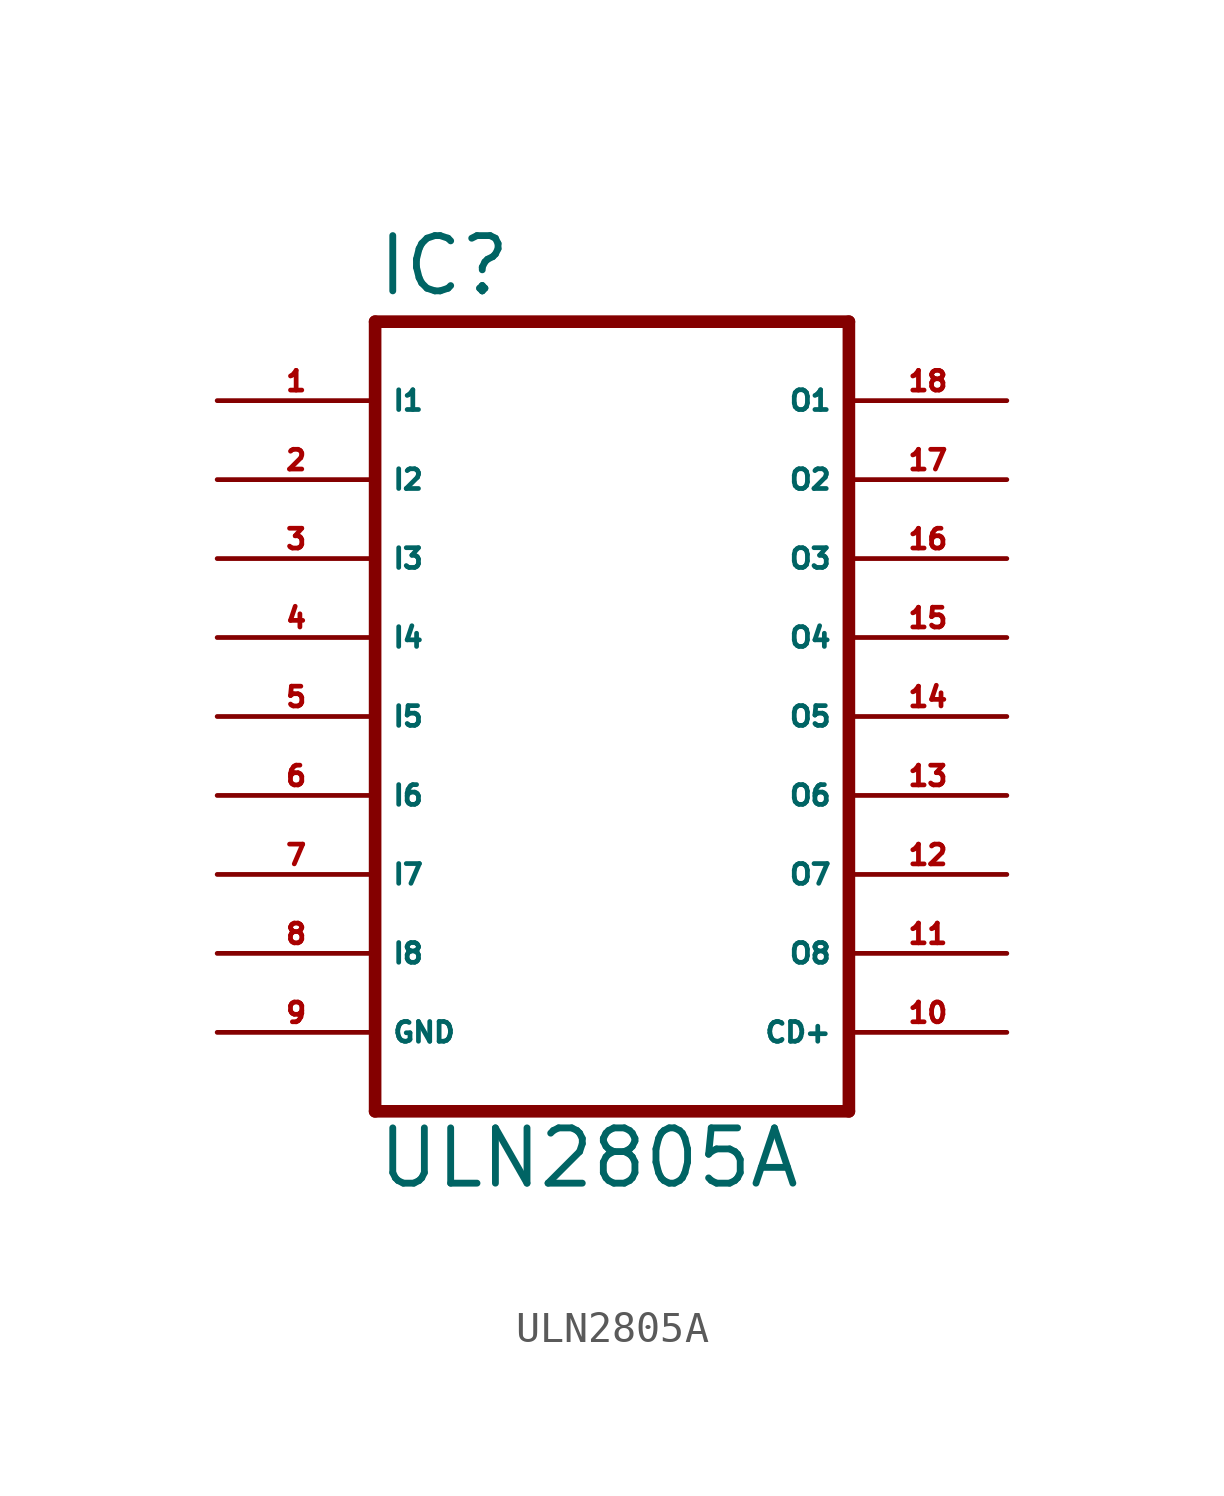
<source format=kicad_sym>
(kicad_symbol_lib
  (version 20220914)
  (generator Eagle2Kicad)
  (symbol "ULN2805A"
    (property "Reference" "IC"
      (at -7.62 13.462 0)
      (effects (font (size 1.778 1.778) (thickness 0.22)) (justify left bottom)))
    (property "Value" "ULN2805A"
      (at -7.62 -15.24 0)
      (effects (font (size 1.778 1.778) (thickness 0.22)) (justify left bottom)))
    (polyline
      (pts (xy -7.62 12.7) (xy 7.62 12.7))
      (stroke (width 0.406) (type default))
      (fill (type none)))
    (polyline
      (pts (xy 7.62 -12.7) (xy 7.62 12.7))
      (stroke (width 0.406) (type default))
      (fill (type none)))
    (polyline
      (pts (xy 7.62 -12.7) (xy -7.62 -12.7))
      (stroke (width 0.406) (type default))
      (fill (type none)))
    (polyline
      (pts (xy -7.62 12.7) (xy -7.62 -12.7))
      (stroke (width 0.406) (type default))
      (fill (type none)))
    (pin input line
      (at -12.7 10.16 0)
      (length 5.08)
      (name "I1" (effects (font (size 0.635 0.635) (thickness 0.08)) (justify left bottom)))
      (number "1" (effects (font (size 0.635 0.635) (thickness 0.08)) (justify left bottom))))
    (pin input line
      (at -12.7 7.62 0)
      (length 5.08)
      (name "I2" (effects (font (size 0.635 0.635) (thickness 0.08)) (justify left bottom)))
      (number "2" (effects (font (size 0.635 0.635) (thickness 0.08)) (justify left bottom))))
    (pin input line
      (at -12.7 5.08 0)
      (length 5.08)
      (name "I3" (effects (font (size 0.635 0.635) (thickness 0.08)) (justify left bottom)))
      (number "3" (effects (font (size 0.635 0.635) (thickness 0.08)) (justify left bottom))))
    (pin input line
      (at -12.7 2.54 0)
      (length 5.08)
      (name "I4" (effects (font (size 0.635 0.635) (thickness 0.08)) (justify left bottom)))
      (number "4" (effects (font (size 0.635 0.635) (thickness 0.08)) (justify left bottom))))
    (pin input line
      (at -12.7 0 0)
      (length 5.08)
      (name "I5" (effects (font (size 0.635 0.635) (thickness 0.08)) (justify left bottom)))
      (number "5" (effects (font (size 0.635 0.635) (thickness 0.08)) (justify left bottom))))
    (pin input line
      (at -12.7 -2.54 0)
      (length 5.08)
      (name "I6" (effects (font (size 0.635 0.635) (thickness 0.08)) (justify left bottom)))
      (number "6" (effects (font (size 0.635 0.635) (thickness 0.08)) (justify left bottom))))
    (pin input line
      (at -12.7 -5.08 0)
      (length 5.08)
      (name "I7" (effects (font (size 0.635 0.635) (thickness 0.08)) (justify left bottom)))
      (number "7" (effects (font (size 0.635 0.635) (thickness 0.08)) (justify left bottom))))
    (pin input line
      (at -12.7 -7.62 0)
      (length 5.08)
      (name "I8" (effects (font (size 0.635 0.635) (thickness 0.08)) (justify left bottom)))
      (number "8" (effects (font (size 0.635 0.635) (thickness 0.08)) (justify left bottom))))
    (pin open_collector line
      (at 12.7 -7.62 180)
      (length 5.08)
      (name "O8" (effects (font (size 0.635 0.635) (thickness 0.08)) (justify left bottom)))
      (number "11" (effects (font (size 0.635 0.635) (thickness 0.08)) (justify left bottom))))
    (pin open_collector line
      (at 12.7 10.16 180)
      (length 5.08)
      (name "O1" (effects (font (size 0.635 0.635) (thickness 0.08)) (justify left bottom)))
      (number "18" (effects (font (size 0.635 0.635) (thickness 0.08)) (justify left bottom))))
    (pin open_collector line
      (at 12.7 7.62 180)
      (length 5.08)
      (name "O2" (effects (font (size 0.635 0.635) (thickness 0.08)) (justify left bottom)))
      (number "17" (effects (font (size 0.635 0.635) (thickness 0.08)) (justify left bottom))))
    (pin open_collector line
      (at 12.7 5.08 180)
      (length 5.08)
      (name "O3" (effects (font (size 0.635 0.635) (thickness 0.08)) (justify left bottom)))
      (number "16" (effects (font (size 0.635 0.635) (thickness 0.08)) (justify left bottom))))
    (pin open_collector line
      (at 12.7 2.54 180)
      (length 5.08)
      (name "O4" (effects (font (size 0.635 0.635) (thickness 0.08)) (justify left bottom)))
      (number "15" (effects (font (size 0.635 0.635) (thickness 0.08)) (justify left bottom))))
    (pin open_collector line
      (at 12.7 0 180)
      (length 5.08)
      (name "O5" (effects (font (size 0.635 0.635) (thickness 0.08)) (justify left bottom)))
      (number "14" (effects (font (size 0.635 0.635) (thickness 0.08)) (justify left bottom))))
    (pin open_collector line
      (at 12.7 -2.54 180)
      (length 5.08)
      (name "O6" (effects (font (size 0.635 0.635) (thickness 0.08)) (justify left bottom)))
      (number "13" (effects (font (size 0.635 0.635) (thickness 0.08)) (justify left bottom))))
    (pin open_collector line
      (at 12.7 -5.08 180)
      (length 5.08)
      (name "O7" (effects (font (size 0.635 0.635) (thickness 0.08)) (justify left bottom)))
      (number "12" (effects (font (size 0.635 0.635) (thickness 0.08)) (justify left bottom))))
    (pin passive line
      (at 12.7 -10.16 180)
      (length 5.08)
      (name "CD+" (effects (font (size 0.635 0.635) (thickness 0.08)) (justify left bottom)))
      (number "10" (effects (font (size 0.635 0.635) (thickness 0.08)) (justify left bottom))))
    (pin unspecified line
      (at -12.7 -10.16 0)
      (length 5.08)
      (name "GND" (effects (font (size 0.635 0.635) (thickness 0.08)) (justify left bottom)))
      (number "9" (effects (font (size 0.635 0.635) (thickness 0.08)) (justify left bottom))))))
</source>
